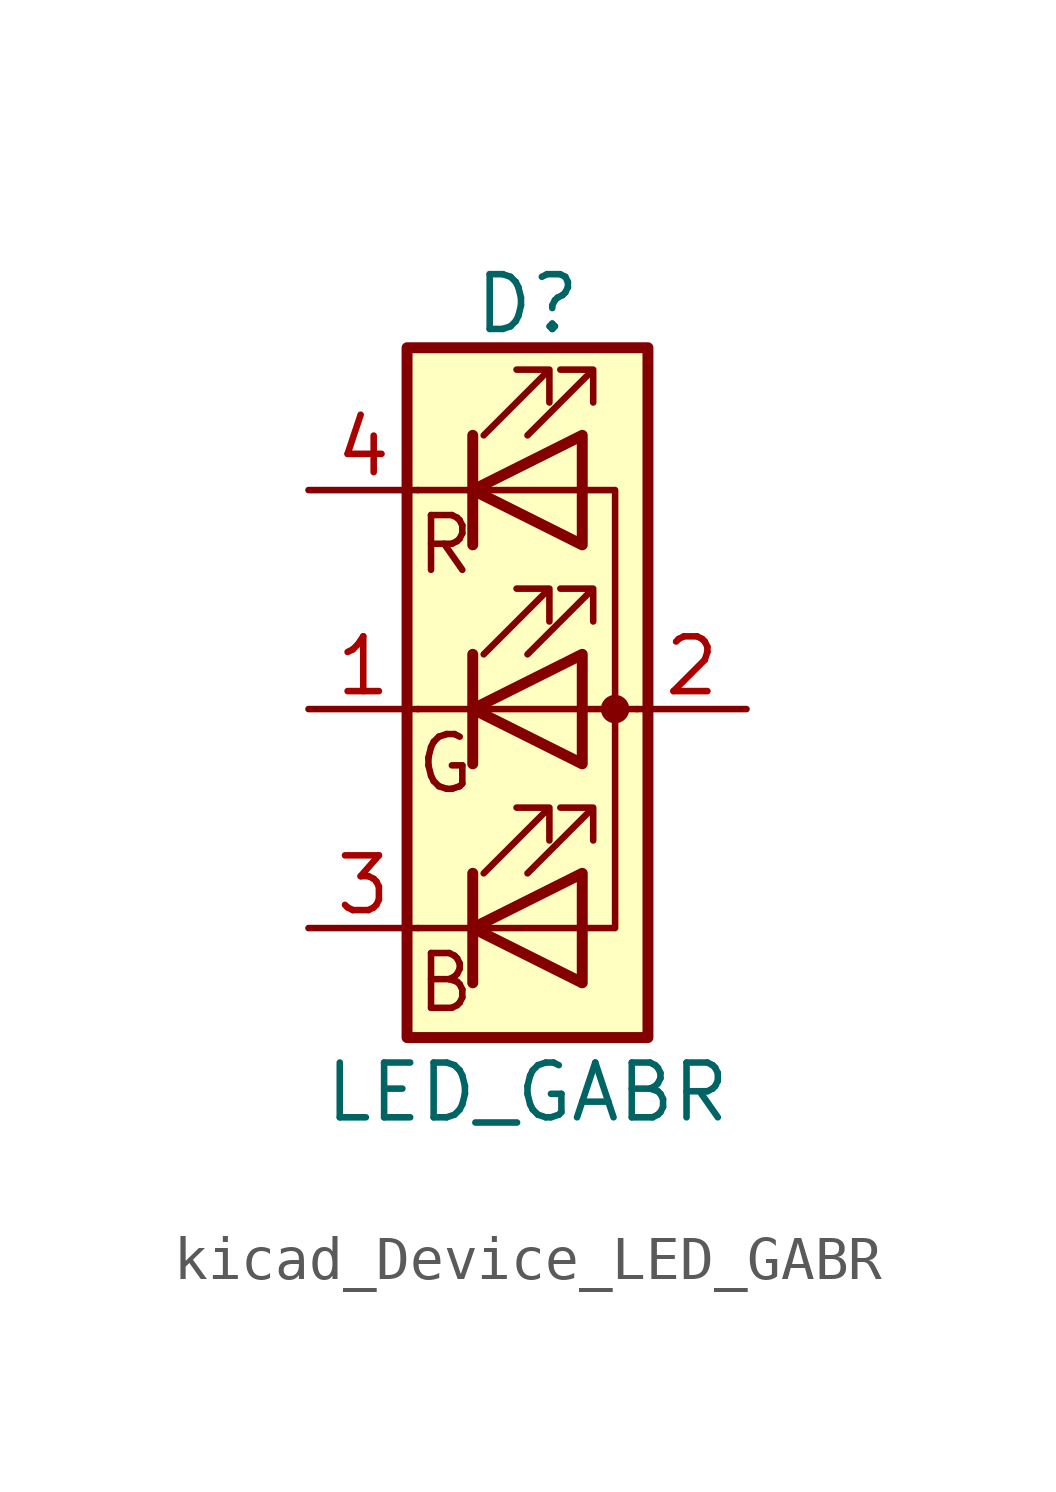
<source format=kicad_sym>
(kicad_symbol_lib
  (version 20220914)
  (generator kicad_symbol_editor)
  (symbol "kicad_Device_LED_GABR"
    (pin_names
      (offset 0) hide)
    (property "Reference" "D"
      (at 0 9.398 0)
      (effects (font (size 1.27 1.27))))
    (property "Value" "LED_GABR"
      (at 0 -8.89 0)
      (effects (font (size 1.27 1.27))))
    (symbol "kicad_Device_LED_GABR_0_0"
      (text "B" (at -1.905 -6.35 0) (effects (font (size 1.27 1.27))))
      (text "G" (at -1.905 -1.27 0) (effects (font (size 1.27 1.27))))
      (text "R" (at -1.905 3.81 0) (effects (font (size 1.27 1.27)))))
    (symbol "kicad_Device_LED_GABR_0_1"
      (polyline (pts (xy -1.27 -5.08) (xy -2.54 -5.08)) (stroke (width 0) (type default)) (fill (type none)))
      (polyline (pts (xy -1.27 -5.08) (xy 1.27 -5.08)) (stroke (width 0) (type default)) (fill (type none)))
      (polyline (pts (xy -1.27 -3.81) (xy -1.27 -6.35)) (stroke (width 0.254) (type default)) (fill (type none)))
      (polyline (pts (xy -1.27 0) (xy -2.54 0)) (stroke (width 0) (type default)) (fill (type none)))
      (polyline (pts (xy -1.27 1.27) (xy -1.27 -1.27)) (stroke (width 0.254) (type default)) (fill (type none)))
      (polyline (pts (xy -1.27 5.08) (xy -2.54 5.08)) (stroke (width 0) (type default)) (fill (type none)))
      (polyline (pts (xy -1.27 5.08) (xy 1.27 5.08)) (stroke (width 0) (type default)) (fill (type none)))
      (polyline (pts (xy -1.27 6.35) (xy -1.27 3.81)) (stroke (width 0.254) (type default)) (fill (type none)))
      (polyline (pts (xy 1.27 0) (xy -1.27 0)) (stroke (width 0) (type default)) (fill (type none)))
      (polyline (pts (xy 1.27 0) (xy 2.54 0)) (stroke (width 0) (type default)) (fill (type none)))
      (polyline (pts (xy -1.27 1.27) (xy -1.27 -1.27) (xy -1.27 -1.27)) (stroke (width 0) (type default)) (fill (type none)))
      (polyline (pts (xy -1.27 6.35) (xy -1.27 3.81) (xy -1.27 3.81)) (stroke (width 0) (type default)) (fill (type none)))
      (polyline (pts (xy 1.27 -5.08) (xy 2.032 -5.08) (xy 2.032 5.08) (xy 1.27 5.08)) (stroke (width 0) (type default)) (fill (type none)))
      (polyline (pts (xy 1.27 -3.81) (xy 1.27 -6.35) (xy -1.27 -5.08) (xy 1.27 -3.81)) (stroke (width 0.254) (type default)) (fill (type none)))
      (polyline (pts (xy 1.27 1.27) (xy 1.27 -1.27) (xy -1.27 0) (xy 1.27 1.27)) (stroke (width 0.254) (type default)) (fill (type none)))
      (polyline (pts (xy 1.27 6.35) (xy 1.27 3.81) (xy -1.27 5.08) (xy 1.27 6.35)) (stroke (width 0.254) (type default)) (fill (type none)))
      (polyline (pts (xy -1.016 -3.81) (xy 0.508 -2.286) (xy -0.254 -2.286) (xy 0.508 -2.286) (xy 0.508 -3.048)) (stroke (width 0) (type default)) (fill (type none)))
      (polyline (pts (xy -1.016 1.27) (xy 0.508 2.794) (xy -0.254 2.794) (xy 0.508 2.794) (xy 0.508 2.032)) (stroke (width 0) (type default)) (fill (type none)))
      (polyline (pts (xy -1.016 6.35) (xy 0.508 7.874) (xy -0.254 7.874) (xy 0.508 7.874) (xy 0.508 7.112)) (stroke (width 0) (type default)) (fill (type none)))
      (polyline (pts (xy 0 -3.81) (xy 1.524 -2.286) (xy 0.762 -2.286) (xy 1.524 -2.286) (xy 1.524 -3.048)) (stroke (width 0) (type default)) (fill (type none)))
      (polyline (pts (xy 0 1.27) (xy 1.524 2.794) (xy 0.762 2.794) (xy 1.524 2.794) (xy 1.524 2.032)) (stroke (width 0) (type default)) (fill (type none)))
      (polyline (pts (xy 0 6.35) (xy 1.524 7.874) (xy 0.762 7.874) (xy 1.524 7.874) (xy 1.524 7.112)) (stroke (width 0) (type default)) (fill (type none)))
      (rectangle (start 1.27 -1.27) (end 1.27 1.27) (stroke (width 0) (type default)) (fill (type none)))
      (rectangle (start 1.27 1.27) (end 1.27 1.27) (stroke (width 0) (type default)) (fill (type none)))
      (rectangle (start 1.27 3.81) (end 1.27 6.35) (stroke (width 0) (type default)) (fill (type none)))
      (rectangle (start 1.27 6.35) (end 1.27 6.35) (stroke (width 0) (type default)) (fill (type none)))
      (circle (center 2.032 0) (radius 0.254) (stroke (width 0) (type default)) (fill (type outline)))
      (rectangle (start 2.794 8.382) (end -2.794 -7.62) (stroke (width 0.254) (type default)) (fill (type background))))
    (symbol "kicad_Device_LED_GABR_1_1"
      (pin passive line (at -5.08 0 0) (length 2.54) (name "GK" (effects (font (size 1.27 1.27)))) (number "1" (effects (font (size 1.27 1.27)))))
      (pin passive line (at 5.08 0 180) (length 2.54) (name "A" (effects (font (size 1.27 1.27)))) (number "2" (effects (font (size 1.27 1.27)))))
      (pin passive line (at -5.08 -5.08 0) (length 2.54) (name "BK" (effects (font (size 1.27 1.27)))) (number "3" (effects (font (size 1.27 1.27)))))
      (pin passive line (at -5.08 5.08 0) (length 2.54) (name "RK" (effects (font (size 1.27 1.27)))) (number "4" (effects (font (size 1.27 1.27))))))))
</source>
